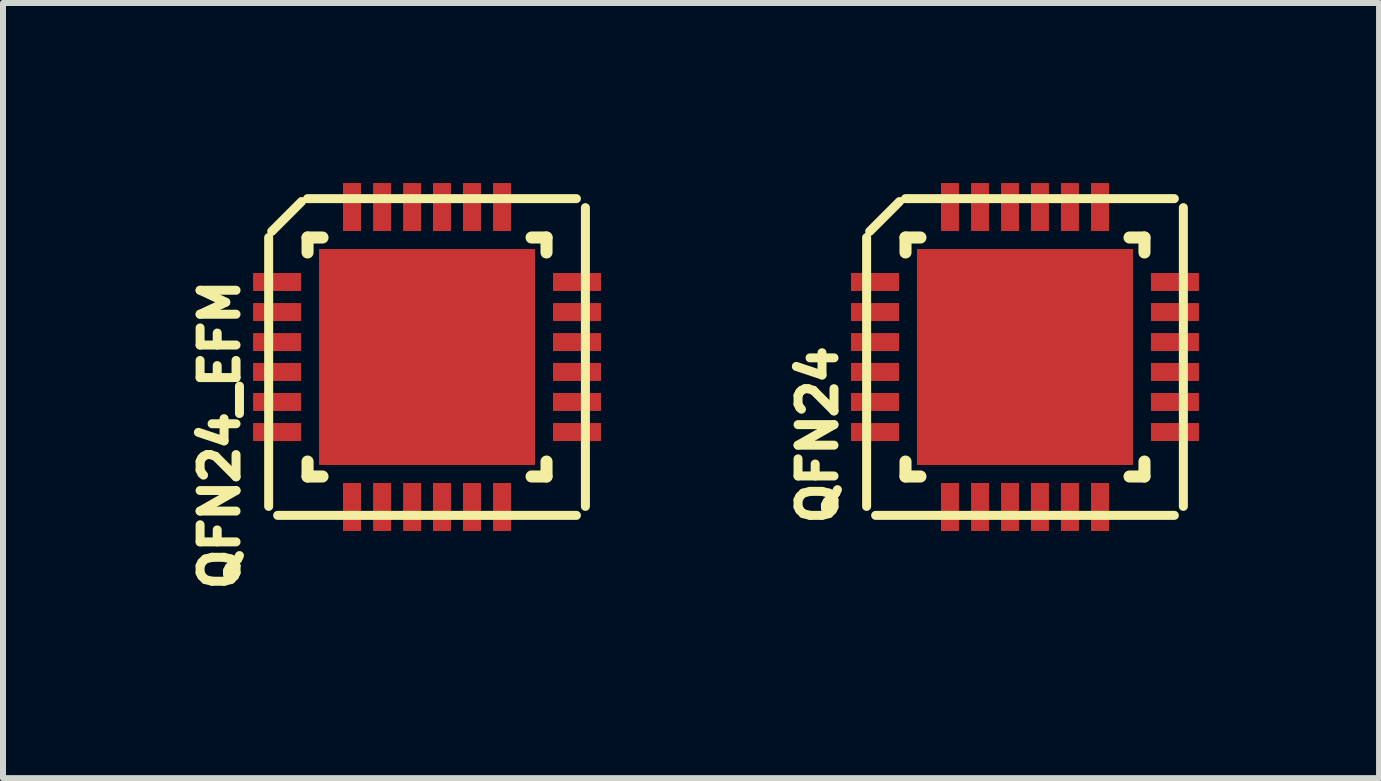
<source format=kicad_pcb>
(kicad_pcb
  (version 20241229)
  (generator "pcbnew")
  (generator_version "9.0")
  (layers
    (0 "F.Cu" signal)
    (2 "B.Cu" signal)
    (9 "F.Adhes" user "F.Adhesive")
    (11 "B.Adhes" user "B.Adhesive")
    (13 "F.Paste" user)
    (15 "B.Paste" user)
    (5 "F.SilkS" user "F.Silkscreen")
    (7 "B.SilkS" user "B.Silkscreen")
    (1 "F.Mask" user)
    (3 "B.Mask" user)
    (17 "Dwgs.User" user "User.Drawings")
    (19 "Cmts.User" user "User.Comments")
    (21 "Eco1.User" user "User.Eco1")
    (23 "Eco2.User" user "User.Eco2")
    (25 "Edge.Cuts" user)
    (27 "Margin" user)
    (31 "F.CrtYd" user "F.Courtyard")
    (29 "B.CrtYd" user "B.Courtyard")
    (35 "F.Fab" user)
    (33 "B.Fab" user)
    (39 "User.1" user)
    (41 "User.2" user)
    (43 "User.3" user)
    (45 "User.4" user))
  (footprint "QFN24_EFM"
    (layer "F.Cu")
    (at 4.066 2.899)
    (property "Reference" "QFN24_EFM" (at -3.452 1.298 90) (layer "F.SilkS") (effects (font (size 0.599 0.599) (thickness 0.15))))
    (attr through_hole)
    (fp_line (start -2.639 -1.991) (end -2.639 2.489) (stroke (width 0.15) (type solid)) (layer "F.SilkS"))
    (fp_line (start -2.588 -2.093) (end -2.09 -2.591) (stroke (width 0.15) (type solid)) (layer "F.SilkS"))
    (fp_line (start -1.991 -2.639) (end 2.489 -2.639) (stroke (width 0.15) (type solid)) (layer "F.SilkS"))
    (fp_line (start -1.991 -1.991) (end -1.742 -1.991) (stroke (width 0.201) (type solid)) (layer "F.SilkS"))
    (fp_line (start -1.991 -1.742) (end -1.991 -1.991) (stroke (width 0.201) (type solid)) (layer "F.SilkS"))
    (fp_line (start -1.991 1.991) (end -1.991 1.742) (stroke (width 0.201) (type solid)) (layer "F.SilkS"))
    (fp_line (start -1.742 1.991) (end -1.991 1.991) (stroke (width 0.201) (type solid)) (layer "F.SilkS"))
    (fp_line (start 1.742 -1.991) (end 1.991 -1.991) (stroke (width 0.201) (type solid)) (layer "F.SilkS"))
    (fp_line (start 1.991 -1.991) (end 1.991 -1.742) (stroke (width 0.201) (type solid)) (layer "F.SilkS"))
    (fp_line (start 1.991 1.742) (end 1.991 1.991) (stroke (width 0.201) (type solid)) (layer "F.SilkS"))
    (fp_line (start 1.991 1.991) (end 1.742 1.991) (stroke (width 0.201) (type solid)) (layer "F.SilkS"))
    (fp_line (start 2.489 2.639) (end -2.489 2.639) (stroke (width 0.15) (type solid)) (layer "F.SilkS"))
    (fp_line (start 2.639 -2.489) (end 2.639 2.489) (stroke (width 0.15) (type solid)) (layer "F.SilkS"))
    (pad "" smd rect (at -0.749 -0.749 270) (size 1.001 1.001) (layers "F.Paste"))
    (pad "" smd rect (at -0.749 0.749 270) (size 1.001 1.001) (layers "F.Paste"))
    (pad "" smd rect (at 0.749 -0.749 270) (size 1.001 1.001) (layers "F.Paste"))
    (pad "" smd rect (at 0.749 0.749 270) (size 1.001 1.001) (layers "F.Paste"))
    (pad "1" smd rect (at -2.499 -1.25) (size 0.8 0.3) (layers "F.Cu" "F.Mask" "F.Paste"))
    (pad "2" smd rect (at -2.499 -0.749) (size 0.8 0.3) (layers "F.Cu" "F.Mask" "F.Paste"))
    (pad "3" smd rect (at -2.499 -0.249) (size 0.8 0.3) (layers "F.Cu" "F.Mask" "F.Paste"))
    (pad "4" smd rect (at -2.499 0.249) (size 0.8 0.3) (layers "F.Cu" "F.Mask" "F.Paste"))
    (pad "5" smd rect (at -2.499 0.749) (size 0.8 0.3) (layers "F.Cu" "F.Mask" "F.Paste"))
    (pad "6" smd rect (at -2.499 1.25) (size 0.8 0.3) (layers "F.Cu" "F.Mask" "F.Paste"))
    (pad "7" smd rect (at -1.25 2.499 90) (size 0.8 0.3) (layers "F.Cu" "F.Mask" "F.Paste"))
    (pad "8" smd rect (at -0.749 2.499 270) (size 0.8 0.3) (layers "F.Cu" "F.Mask" "F.Paste"))
    (pad "9" smd rect (at -0.249 2.499 270) (size 0.8 0.3) (layers "F.Cu" "F.Mask" "F.Paste"))
    (pad "10" smd rect (at 0.249 2.499 270) (size 0.8 0.3) (layers "F.Cu" "F.Mask" "F.Paste"))
    (pad "11" smd rect (at 0.749 2.499 270) (size 0.8 0.3) (layers "F.Cu" "F.Mask" "F.Paste"))
    (pad "12" smd rect (at 1.25 2.499 270) (size 0.8 0.3) (layers "F.Cu" "F.Mask" "F.Paste"))
    (pad "13" smd rect (at 2.499 1.25) (size 0.8 0.3) (layers "F.Cu" "F.Mask" "F.Paste"))
    (pad "14" smd rect (at 2.499 0.749) (size 0.8 0.3) (layers "F.Cu" "F.Mask" "F.Paste"))
    (pad "15" smd rect (at 2.499 0.249) (size 0.8 0.3) (layers "F.Cu" "F.Mask" "F.Paste"))
    (pad "16" smd rect (at 2.499 -0.249) (size 0.8 0.3) (layers "F.Cu" "F.Mask" "F.Paste"))
    (pad "17" smd rect (at 2.499 -0.749) (size 0.8 0.3) (layers "F.Cu" "F.Mask" "F.Paste"))
    (pad "18" smd rect (at 2.499 -1.25) (size 0.8 0.3) (layers "F.Cu" "F.Mask" "F.Paste"))
    (pad "19" smd rect (at 1.25 -2.499 270) (size 0.8 0.3) (layers "F.Cu" "F.Mask" "F.Paste"))
    (pad "20" smd rect (at 0.749 -2.499 270) (size 0.8 0.3) (layers "F.Cu" "F.Mask" "F.Paste"))
    (pad "21" smd rect (at 0.249 -2.499 270) (size 0.8 0.3) (layers "F.Cu" "F.Mask" "F.Paste"))
    (pad "22" smd rect (at -0.249 -2.499 270) (size 0.8 0.3) (layers "F.Cu" "F.Mask" "F.Paste"))
    (pad "23" smd rect (at -0.749 -2.499 270) (size 0.8 0.3) (layers "F.Cu" "F.Mask" "F.Paste"))
    (pad "24" smd rect (at -1.25 -2.499 270) (size 0.8 0.3) (layers "F.Cu" "F.Mask" "F.Paste"))
    (pad "25" smd rect (at 0 0) (size 3.599 3.599) (layers "F.Cu" "F.Mask")))
  (footprint "QFN24"
    (layer "F.Cu")
    (at 14.03 2.899)
    (property "Reference" "QFN24" (at -3.452 1.298 90) (layer "F.SilkS") (effects (font (size 0.599 0.599) (thickness 0.15))))
    (attr through_hole)
    (fp_line (start -2.639 -1.991) (end -2.639 2.489) (stroke (width 0.15) (type solid)) (layer "F.SilkS"))
    (fp_line (start -2.588 -2.093) (end -2.09 -2.591) (stroke (width 0.15) (type solid)) (layer "F.SilkS"))
    (fp_line (start -1.991 -2.639) (end 2.489 -2.639) (stroke (width 0.15) (type solid)) (layer "F.SilkS"))
    (fp_line (start -1.991 -1.991) (end -1.742 -1.991) (stroke (width 0.201) (type solid)) (layer "F.SilkS"))
    (fp_line (start -1.991 -1.742) (end -1.991 -1.991) (stroke (width 0.201) (type solid)) (layer "F.SilkS"))
    (fp_line (start -1.991 1.991) (end -1.991 1.742) (stroke (width 0.201) (type solid)) (layer "F.SilkS"))
    (fp_line (start -1.742 1.991) (end -1.991 1.991) (stroke (width 0.201) (type solid)) (layer "F.SilkS"))
    (fp_line (start 1.742 -1.991) (end 1.991 -1.991) (stroke (width 0.201) (type solid)) (layer "F.SilkS"))
    (fp_line (start 1.991 -1.991) (end 1.991 -1.742) (stroke (width 0.201) (type solid)) (layer "F.SilkS"))
    (fp_line (start 1.991 1.742) (end 1.991 1.991) (stroke (width 0.201) (type solid)) (layer "F.SilkS"))
    (fp_line (start 1.991 1.991) (end 1.742 1.991) (stroke (width 0.201) (type solid)) (layer "F.SilkS"))
    (fp_line (start 2.489 2.639) (end -2.489 2.639) (stroke (width 0.15) (type solid)) (layer "F.SilkS"))
    (fp_line (start 2.639 -2.489) (end 2.639 2.489) (stroke (width 0.15) (type solid)) (layer "F.SilkS"))
    (pad "" smd rect (at -0.749 -0.749 270) (size 1.001 1.001) (layers "F.Paste"))
    (pad "" smd rect (at -0.749 0.749 270) (size 1.001 1.001) (layers "F.Paste"))
    (pad "" smd rect (at 0.749 -0.749 270) (size 1.001 1.001) (layers "F.Paste"))
    (pad "" smd rect (at 0.749 0.749 270) (size 1.001 1.001) (layers "F.Paste"))
    (pad "1" smd rect (at -2.499 -1.25) (size 0.8 0.3) (layers "F.Cu" "F.Mask" "F.Paste"))
    (pad "2" smd rect (at -2.499 -0.749) (size 0.8 0.3) (layers "F.Cu" "F.Mask" "F.Paste"))
    (pad "3" smd rect (at -2.499 -0.249) (size 0.8 0.3) (layers "F.Cu" "F.Mask" "F.Paste"))
    (pad "4" smd rect (at -2.499 0.249) (size 0.8 0.3) (layers "F.Cu" "F.Mask" "F.Paste"))
    (pad "5" smd rect (at -2.499 0.749) (size 0.8 0.3) (layers "F.Cu" "F.Mask" "F.Paste"))
    (pad "6" smd rect (at -2.499 1.25) (size 0.8 0.3) (layers "F.Cu" "F.Mask" "F.Paste"))
    (pad "7" smd rect (at -1.25 2.499 90) (size 0.8 0.3) (layers "F.Cu" "F.Mask" "F.Paste"))
    (pad "8" smd rect (at -0.749 2.499 270) (size 0.8 0.3) (layers "F.Cu" "F.Mask" "F.Paste"))
    (pad "9" smd rect (at -0.249 2.499 270) (size 0.8 0.3) (layers "F.Cu" "F.Mask" "F.Paste"))
    (pad "10" smd rect (at 0.249 2.499 270) (size 0.8 0.3) (layers "F.Cu" "F.Mask" "F.Paste"))
    (pad "11" smd rect (at 0.749 2.499 270) (size 0.8 0.3) (layers "F.Cu" "F.Mask" "F.Paste"))
    (pad "12" smd rect (at 1.25 2.499 270) (size 0.8 0.3) (layers "F.Cu" "F.Mask" "F.Paste"))
    (pad "13" smd rect (at 2.499 1.25) (size 0.8 0.3) (layers "F.Cu" "F.Mask" "F.Paste"))
    (pad "14" smd rect (at 2.499 0.749) (size 0.8 0.3) (layers "F.Cu" "F.Mask" "F.Paste"))
    (pad "15" smd rect (at 2.499 0.249) (size 0.8 0.3) (layers "F.Cu" "F.Mask" "F.Paste"))
    (pad "16" smd rect (at 2.499 -0.249) (size 0.8 0.3) (layers "F.Cu" "F.Mask" "F.Paste"))
    (pad "17" smd rect (at 2.499 -0.749) (size 0.8 0.3) (layers "F.Cu" "F.Mask" "F.Paste"))
    (pad "18" smd rect (at 2.499 -1.25) (size 0.8 0.3) (layers "F.Cu" "F.Mask" "F.Paste"))
    (pad "19" smd rect (at 1.25 -2.499 270) (size 0.8 0.3) (layers "F.Cu" "F.Mask" "F.Paste"))
    (pad "20" smd rect (at 0.749 -2.499 270) (size 0.8 0.3) (layers "F.Cu" "F.Mask" "F.Paste"))
    (pad "21" smd rect (at 0.249 -2.499 270) (size 0.8 0.3) (layers "F.Cu" "F.Mask" "F.Paste"))
    (pad "22" smd rect (at -0.249 -2.499 270) (size 0.8 0.3) (layers "F.Cu" "F.Mask" "F.Paste"))
    (pad "23" smd rect (at -0.749 -2.499 270) (size 0.8 0.3) (layers "F.Cu" "F.Mask" "F.Paste"))
    (pad "24" smd rect (at -1.25 -2.499 270) (size 0.8 0.3) (layers "F.Cu" "F.Mask" "F.Paste"))
    (pad "25" smd rect (at 0 0) (size 3.599 3.599) (layers "F.Cu" "F.Mask")))
  (gr_rect
    (start -3 -3)
    (end 19.93 9.917)
    (stroke (width 0.1) (type default))
    (fill no)
    (layer "Edge.Cuts")))
</source>
